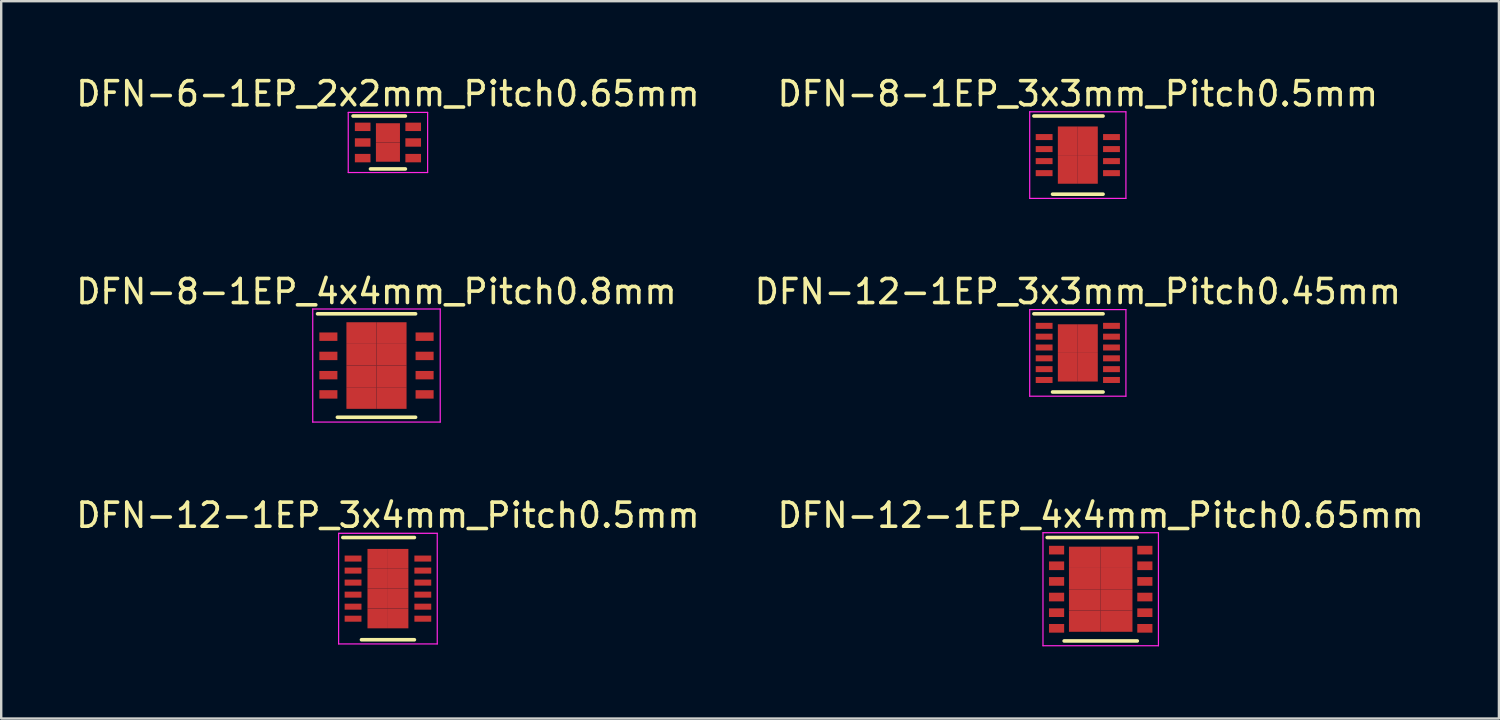
<source format=kicad_pcb>
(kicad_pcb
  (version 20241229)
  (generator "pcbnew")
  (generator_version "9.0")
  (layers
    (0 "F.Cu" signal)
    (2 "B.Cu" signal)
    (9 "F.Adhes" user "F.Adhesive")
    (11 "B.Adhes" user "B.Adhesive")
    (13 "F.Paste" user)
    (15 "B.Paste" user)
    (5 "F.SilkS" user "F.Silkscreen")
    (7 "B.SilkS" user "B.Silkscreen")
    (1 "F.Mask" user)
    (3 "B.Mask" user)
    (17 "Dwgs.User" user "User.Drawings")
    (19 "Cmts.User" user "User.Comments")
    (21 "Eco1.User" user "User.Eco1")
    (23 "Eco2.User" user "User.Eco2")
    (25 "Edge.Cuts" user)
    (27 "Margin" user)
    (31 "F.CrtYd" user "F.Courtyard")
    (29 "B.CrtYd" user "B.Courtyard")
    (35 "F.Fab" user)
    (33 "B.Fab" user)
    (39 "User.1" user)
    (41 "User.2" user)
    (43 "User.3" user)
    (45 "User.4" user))
  (footprint "DFN-8-1EP_3x3mm_Pitch0.5mm"
    (layer "F.Cu")
    (at 41.756 3.398)
    (property "Reference" "DFN-8-1EP_3x3mm_Pitch0.5mm" (at 0 -2.55 0) (layer "F.SilkS") (effects (font (size 1 1) (thickness 0.15))))
    (attr smd)
    (fp_line (start -1.825 -1.625) (end 1.05 -1.625) (stroke (width 0.15) (type solid)) (layer "F.SilkS"))
    (fp_line (start -1.05 1.625) (end 1.05 1.625) (stroke (width 0.15) (type solid)) (layer "F.SilkS"))
    (fp_line (start -2 -1.8) (end -2 1.8) (stroke (width 0.05) (type solid)) (layer "F.CrtYd"))
    (fp_line (start -2 -1.8) (end 2 -1.8) (stroke (width 0.05) (type solid)) (layer "F.CrtYd"))
    (fp_line (start -2 1.8) (end 2 1.8) (stroke (width 0.05) (type solid)) (layer "F.CrtYd"))
    (fp_line (start 2 -1.8) (end 2 1.8) (stroke (width 0.05) (type solid)) (layer "F.CrtYd"))
    (pad "1" smd rect (at -1.4 -0.75) (size 0.7 0.25) (layers "F.Cu" "F.Mask" "F.Paste"))
    (pad "2" smd rect (at -1.4 -0.25) (size 0.7 0.25) (layers "F.Cu" "F.Mask" "F.Paste"))
    (pad "3" smd rect (at -1.4 0.25) (size 0.7 0.25) (layers "F.Cu" "F.Mask" "F.Paste"))
    (pad "4" smd rect (at -1.4 0.75) (size 0.7 0.25) (layers "F.Cu" "F.Mask" "F.Paste"))
    (pad "5" smd rect (at 1.4 0.75) (size 0.7 0.25) (layers "F.Cu" "F.Mask" "F.Paste"))
    (pad "6" smd rect (at 1.4 0.25) (size 0.7 0.25) (layers "F.Cu" "F.Mask" "F.Paste"))
    (pad "7" smd rect (at 1.4 -0.25) (size 0.7 0.25) (layers "F.Cu" "F.Mask" "F.Paste"))
    (pad "8" smd rect (at 1.4 -0.75) (size 0.7 0.25) (layers "F.Cu" "F.Mask" "F.Paste"))
    (pad "9" smd rect (at -0.415 -0.595) (size 0.83 1.19) (layers "F.Cu" "F.Mask" "F.Paste"))
    (pad "9" smd rect (at -0.415 0.595) (size 0.83 1.19) (layers "F.Cu" "F.Mask" "F.Paste"))
    (pad "9" smd rect (at 0.415 -0.595) (size 0.83 1.19) (layers "F.Cu" "F.Mask" "F.Paste"))
    (pad "9" smd rect (at 0.415 0.595) (size 0.83 1.19) (layers "F.Cu" "F.Mask" "F.Paste")))
  (footprint "DFN-6-1EP_2x2mm_Pitch0.65mm"
    (layer "F.Cu")
    (at 13.077 2.873)
    (property "Reference" "DFN-6-1EP_2x2mm_Pitch0.65mm" (at 0 -2.025 0) (layer "F.SilkS") (effects (font (size 1 1) (thickness 0.15))))
    (attr smd)
    (fp_line (start -1.45 -1.1) (end 0.725 -1.1) (stroke (width 0.15) (type solid)) (layer "F.SilkS"))
    (fp_line (start -0.725 1.1) (end 0.725 1.1) (stroke (width 0.15) (type solid)) (layer "F.SilkS"))
    (fp_line (start -1.65 -1.25) (end -1.65 1.25) (stroke (width 0.05) (type solid)) (layer "F.CrtYd"))
    (fp_line (start -1.65 -1.25) (end 1.65 -1.25) (stroke (width 0.05) (type solid)) (layer "F.CrtYd"))
    (fp_line (start -1.65 1.25) (end 1.65 1.25) (stroke (width 0.05) (type solid)) (layer "F.CrtYd"))
    (fp_line (start 1.65 -1.25) (end 1.65 1.25) (stroke (width 0.05) (type solid)) (layer "F.CrtYd"))
    (pad "1" smd rect (at -1.05 -0.65) (size 0.65 0.35) (layers "F.Cu" "F.Mask" "F.Paste"))
    (pad "2" smd rect (at -1.05 0) (size 0.65 0.35) (layers "F.Cu" "F.Mask" "F.Paste"))
    (pad "3" smd rect (at -1.05 0.65) (size 0.65 0.35) (layers "F.Cu" "F.Mask" "F.Paste"))
    (pad "4" smd rect (at 1.05 0.65) (size 0.65 0.35) (layers "F.Cu" "F.Mask" "F.Paste"))
    (pad "5" smd rect (at 1.05 0) (size 0.65 0.35) (layers "F.Cu" "F.Mask" "F.Paste"))
    (pad "6" smd rect (at 1.05 -0.65) (size 0.65 0.35) (layers "F.Cu" "F.Mask" "F.Paste"))
    (pad "7" smd rect (at 0 -0.4) (size 1 0.8) (layers "F.Cu" "F.Mask" "F.Paste"))
    (pad "7" smd rect (at 0 0.4) (size 1 0.8) (layers "F.Cu" "F.Mask" "F.Paste")))
  (footprint "DFN-12-1EP_3x3mm_Pitch0.45mm"
    (layer "F.Cu")
    (at 41.756 11.621)
    (property "Reference" "DFN-12-1EP_3x3mm_Pitch0.45mm" (at 0 -2.55 0) (layer "F.SilkS") (effects (font (size 1 1) (thickness 0.15))))
    (attr smd)
    (fp_line (start -1.825 -1.625) (end 1.05 -1.625) (stroke (width 0.15) (type solid)) (layer "F.SilkS"))
    (fp_line (start -1.05 1.625) (end 1.05 1.625) (stroke (width 0.15) (type solid)) (layer "F.SilkS"))
    (fp_line (start -2 -1.8) (end -2 1.8) (stroke (width 0.05) (type solid)) (layer "F.CrtYd"))
    (fp_line (start -2 -1.8) (end 2 -1.8) (stroke (width 0.05) (type solid)) (layer "F.CrtYd"))
    (fp_line (start -2 1.8) (end 2 1.8) (stroke (width 0.05) (type solid)) (layer "F.CrtYd"))
    (fp_line (start 2 -1.8) (end 2 1.8) (stroke (width 0.05) (type solid)) (layer "F.CrtYd"))
    (pad "1" smd rect (at -1.4 -1.125) (size 0.7 0.25) (layers "F.Cu" "F.Mask" "F.Paste"))
    (pad "2" smd rect (at -1.4 -0.675) (size 0.7 0.25) (layers "F.Cu" "F.Mask" "F.Paste"))
    (pad "3" smd rect (at -1.4 -0.225) (size 0.7 0.25) (layers "F.Cu" "F.Mask" "F.Paste"))
    (pad "4" smd rect (at -1.4 0.225) (size 0.7 0.25) (layers "F.Cu" "F.Mask" "F.Paste"))
    (pad "5" smd rect (at -1.4 0.675) (size 0.7 0.25) (layers "F.Cu" "F.Mask" "F.Paste"))
    (pad "6" smd rect (at -1.4 1.125) (size 0.7 0.25) (layers "F.Cu" "F.Mask" "F.Paste"))
    (pad "7" smd rect (at 1.4 1.125) (size 0.7 0.25) (layers "F.Cu" "F.Mask" "F.Paste"))
    (pad "8" smd rect (at 1.4 0.675) (size 0.7 0.25) (layers "F.Cu" "F.Mask" "F.Paste"))
    (pad "9" smd rect (at 1.4 0.225) (size 0.7 0.25) (layers "F.Cu" "F.Mask" "F.Paste"))
    (pad "10" smd rect (at 1.4 -0.225) (size 0.7 0.25) (layers "F.Cu" "F.Mask" "F.Paste"))
    (pad "11" smd rect (at 1.4 -0.675) (size 0.7 0.25) (layers "F.Cu" "F.Mask" "F.Paste"))
    (pad "12" smd rect (at 1.4 -1.125) (size 0.7 0.25) (layers "F.Cu" "F.Mask" "F.Paste"))
    (pad "13" smd rect (at -0.415 -0.595) (size 0.83 1.19) (layers "F.Cu" "F.Mask" "F.Paste"))
    (pad "13" smd rect (at -0.415 0.595) (size 0.83 1.19) (layers "F.Cu" "F.Mask" "F.Paste"))
    (pad "13" smd rect (at 0.415 -0.595) (size 0.83 1.19) (layers "F.Cu" "F.Mask" "F.Paste"))
    (pad "13" smd rect (at 0.415 0.595) (size 0.83 1.19) (layers "F.Cu" "F.Mask" "F.Paste")))
  (footprint "DFN-8-1EP_4x4mm_Pitch0.8mm"
    (layer "F.Cu")
    (at 12.601 12.146)
    (property "Reference" "DFN-8-1EP_4x4mm_Pitch0.8mm" (at 0 -3.075 0) (layer "F.SilkS") (effects (font (size 1 1) (thickness 0.15))))
    (attr smd)
    (fp_line (start -2.45 -2.15) (end 1.625 -2.15) (stroke (width 0.15) (type solid)) (layer "F.SilkS"))
    (fp_line (start -1.625 2.15) (end 1.625 2.15) (stroke (width 0.15) (type solid)) (layer "F.SilkS"))
    (fp_line (start -2.65 -2.35) (end -2.65 2.35) (stroke (width 0.05) (type solid)) (layer "F.CrtYd"))
    (fp_line (start -2.65 -2.35) (end 2.65 -2.35) (stroke (width 0.05) (type solid)) (layer "F.CrtYd"))
    (fp_line (start -2.65 2.35) (end 2.65 2.35) (stroke (width 0.05) (type solid)) (layer "F.CrtYd"))
    (fp_line (start 2.65 -2.35) (end 2.65 2.35) (stroke (width 0.05) (type solid)) (layer "F.CrtYd"))
    (pad "1" smd rect (at -2 -1.2) (size 0.75 0.35) (layers "F.Cu" "F.Mask" "F.Paste"))
    (pad "2" smd rect (at -2 -0.4) (size 0.75 0.35) (layers "F.Cu" "F.Mask" "F.Paste"))
    (pad "3" smd rect (at -2 0.4) (size 0.75 0.35) (layers "F.Cu" "F.Mask" "F.Paste"))
    (pad "4" smd rect (at -2 1.2) (size 0.75 0.35) (layers "F.Cu" "F.Mask" "F.Paste"))
    (pad "5" smd rect (at 2 1.2) (size 0.75 0.35) (layers "F.Cu" "F.Mask" "F.Paste"))
    (pad "6" smd rect (at 2 0.4) (size 0.75 0.35) (layers "F.Cu" "F.Mask" "F.Paste"))
    (pad "7" smd rect (at 2 -0.4) (size 0.75 0.35) (layers "F.Cu" "F.Mask" "F.Paste"))
    (pad "8" smd rect (at 2 -1.2) (size 0.75 0.35) (layers "F.Cu" "F.Mask" "F.Paste"))
    (pad "9" smd rect (at -0.625 -1.35) (size 1.25 0.9) (layers "F.Cu" "F.Mask" "F.Paste"))
    (pad "9" smd rect (at -0.625 -0.45) (size 1.25 0.9) (layers "F.Cu" "F.Mask" "F.Paste"))
    (pad "9" smd rect (at -0.625 0.45) (size 1.25 0.9) (layers "F.Cu" "F.Mask" "F.Paste"))
    (pad "9" smd rect (at -0.625 1.35) (size 1.25 0.9) (layers "F.Cu" "F.Mask" "F.Paste"))
    (pad "9" smd rect (at 0.625 -1.35) (size 1.25 0.9) (layers "F.Cu" "F.Mask" "F.Paste"))
    (pad "9" smd rect (at 0.625 -0.45) (size 1.25 0.9) (layers "F.Cu" "F.Mask" "F.Paste"))
    (pad "9" smd rect (at 0.625 0.45) (size 1.25 0.9) (layers "F.Cu" "F.Mask" "F.Paste"))
    (pad "9" smd rect (at 0.625 1.35) (size 1.25 0.9) (layers "F.Cu" "F.Mask" "F.Paste")))
  (footprint "DFN-12-1EP_4x4mm_Pitch0.65mm"
    (layer "F.Cu")
    (at 42.708 21.445)
    (property "Reference" "DFN-12-1EP_4x4mm_Pitch0.65mm" (at 0 -3.075 0) (layer "F.SilkS") (effects (font (size 1 1) (thickness 0.15))))
    (attr smd)
    (fp_line (start -2.225 -2.15) (end 1.52 -2.15) (stroke (width 0.15) (type solid)) (layer "F.SilkS"))
    (fp_line (start -1.52 2.15) (end 1.52 2.15) (stroke (width 0.15) (type solid)) (layer "F.SilkS"))
    (fp_line (start -2.4 -2.35) (end -2.4 2.35) (stroke (width 0.05) (type solid)) (layer "F.CrtYd"))
    (fp_line (start -2.4 -2.35) (end 2.4 -2.35) (stroke (width 0.05) (type solid)) (layer "F.CrtYd"))
    (fp_line (start -2.4 2.35) (end 2.4 2.35) (stroke (width 0.05) (type solid)) (layer "F.CrtYd"))
    (fp_line (start 2.4 -2.35) (end 2.4 2.35) (stroke (width 0.05) (type solid)) (layer "F.CrtYd"))
    (pad "1" smd rect (at -1.835 -1.625) (size 0.63 0.36) (layers "F.Cu" "F.Mask" "F.Paste"))
    (pad "2" smd rect (at -1.835 -0.975) (size 0.63 0.36) (layers "F.Cu" "F.Mask" "F.Paste"))
    (pad "3" smd rect (at -1.835 -0.325) (size 0.63 0.36) (layers "F.Cu" "F.Mask" "F.Paste"))
    (pad "4" smd rect (at -1.835 0.325) (size 0.63 0.36) (layers "F.Cu" "F.Mask" "F.Paste"))
    (pad "5" smd rect (at -1.835 0.975) (size 0.63 0.36) (layers "F.Cu" "F.Mask" "F.Paste"))
    (pad "6" smd rect (at -1.835 1.625) (size 0.63 0.36) (layers "F.Cu" "F.Mask" "F.Paste"))
    (pad "7" smd rect (at 1.835 1.625) (size 0.63 0.36) (layers "F.Cu" "F.Mask" "F.Paste"))
    (pad "8" smd rect (at 1.835 0.975) (size 0.63 0.36) (layers "F.Cu" "F.Mask" "F.Paste"))
    (pad "9" smd rect (at 1.835 0.325) (size 0.63 0.36) (layers "F.Cu" "F.Mask" "F.Paste"))
    (pad "10" smd rect (at 1.835 -0.325) (size 0.63 0.36) (layers "F.Cu" "F.Mask" "F.Paste"))
    (pad "11" smd rect (at 1.835 -0.975) (size 0.63 0.36) (layers "F.Cu" "F.Mask" "F.Paste"))
    (pad "12" smd rect (at 1.835 -1.625) (size 0.63 0.36) (layers "F.Cu" "F.Mask" "F.Paste"))
    (pad "13" smd rect (at -0.66 -1.327) (size 1.32 0.885) (layers "F.Cu" "F.Mask" "F.Paste"))
    (pad "13" smd rect (at -0.66 -0.443) (size 1.32 0.885) (layers "F.Cu" "F.Mask" "F.Paste"))
    (pad "13" smd rect (at -0.66 0.443) (size 1.32 0.885) (layers "F.Cu" "F.Mask" "F.Paste"))
    (pad "13" smd rect (at -0.66 1.327) (size 1.32 0.885) (layers "F.Cu" "F.Mask" "F.Paste"))
    (pad "13" smd rect (at 0.66 -1.327) (size 1.32 0.885) (layers "F.Cu" "F.Mask" "F.Paste"))
    (pad "13" smd rect (at 0.66 -0.443) (size 1.32 0.885) (layers "F.Cu" "F.Mask" "F.Paste"))
    (pad "13" smd rect (at 0.66 0.443) (size 1.32 0.885) (layers "F.Cu" "F.Mask" "F.Paste"))
    (pad "13" smd rect (at 0.66 1.327) (size 1.32 0.885) (layers "F.Cu" "F.Mask" "F.Paste")))
  (footprint "DFN-12-1EP_3x4mm_Pitch0.5mm"
    (layer "F.Cu")
    (at 13.077 21.42)
    (property "Reference" "DFN-12-1EP_3x4mm_Pitch0.5mm" (at 0 -3.05 0) (layer "F.SilkS") (effects (font (size 1 1) (thickness 0.15))))
    (attr smd)
    (fp_line (start -1.875 -2.125) (end 1.1 -2.125) (stroke (width 0.15) (type solid)) (layer "F.SilkS"))
    (fp_line (start -1.1 2.125) (end 1.1 2.125) (stroke (width 0.15) (type solid)) (layer "F.SilkS"))
    (fp_line (start -2.05 -2.3) (end -2.05 2.3) (stroke (width 0.05) (type solid)) (layer "F.CrtYd"))
    (fp_line (start -2.05 -2.3) (end 2.05 -2.3) (stroke (width 0.05) (type solid)) (layer "F.CrtYd"))
    (fp_line (start -2.05 2.3) (end 2.05 2.3) (stroke (width 0.05) (type solid)) (layer "F.CrtYd"))
    (fp_line (start 2.05 -2.3) (end 2.05 2.3) (stroke (width 0.05) (type solid)) (layer "F.CrtYd"))
    (pad "1" smd rect (at -1.45 -1.25) (size 0.7 0.25) (layers "F.Cu" "F.Mask" "F.Paste"))
    (pad "2" smd rect (at -1.45 -0.75) (size 0.7 0.25) (layers "F.Cu" "F.Mask" "F.Paste"))
    (pad "3" smd rect (at -1.45 -0.25) (size 0.7 0.25) (layers "F.Cu" "F.Mask" "F.Paste"))
    (pad "4" smd rect (at -1.45 0.25) (size 0.7 0.25) (layers "F.Cu" "F.Mask" "F.Paste"))
    (pad "5" smd rect (at -1.45 0.75) (size 0.7 0.25) (layers "F.Cu" "F.Mask" "F.Paste"))
    (pad "6" smd rect (at -1.45 1.25) (size 0.7 0.25) (layers "F.Cu" "F.Mask" "F.Paste"))
    (pad "7" smd rect (at 1.45 1.25) (size 0.7 0.25) (layers "F.Cu" "F.Mask" "F.Paste"))
    (pad "8" smd rect (at 1.45 0.75) (size 0.7 0.25) (layers "F.Cu" "F.Mask" "F.Paste"))
    (pad "9" smd rect (at 1.45 0.25) (size 0.7 0.25) (layers "F.Cu" "F.Mask" "F.Paste"))
    (pad "10" smd rect (at 1.45 -0.25) (size 0.7 0.25) (layers "F.Cu" "F.Mask" "F.Paste"))
    (pad "11" smd rect (at 1.45 -0.75) (size 0.7 0.25) (layers "F.Cu" "F.Mask" "F.Paste"))
    (pad "12" smd rect (at 1.45 -1.25) (size 0.7 0.25) (layers "F.Cu" "F.Mask" "F.Paste"))
    (pad "13" smd rect (at -0.425 -1.238) (size 0.85 0.825) (layers "F.Cu" "F.Mask" "F.Paste"))
    (pad "13" smd rect (at -0.425 -0.412) (size 0.85 0.825) (layers "F.Cu" "F.Mask" "F.Paste"))
    (pad "13" smd rect (at -0.425 0.412) (size 0.85 0.825) (layers "F.Cu" "F.Mask" "F.Paste"))
    (pad "13" smd rect (at -0.425 1.238) (size 0.85 0.825) (layers "F.Cu" "F.Mask" "F.Paste"))
    (pad "13" smd rect (at 0.425 -1.238) (size 0.85 0.825) (layers "F.Cu" "F.Mask" "F.Paste"))
    (pad "13" smd rect (at 0.425 -0.412) (size 0.85 0.825) (layers "F.Cu" "F.Mask" "F.Paste"))
    (pad "13" smd rect (at 0.425 0.412) (size 0.85 0.825) (layers "F.Cu" "F.Mask" "F.Paste"))
    (pad "13" smd rect (at 0.425 1.238) (size 0.85 0.825) (layers "F.Cu" "F.Mask" "F.Paste")))
  (gr_rect
    (start -3 -3)
    (end 59.262 26.82)
    (stroke (width 0.1) (type default))
    (fill no)
    (layer "Edge.Cuts")))
</source>
